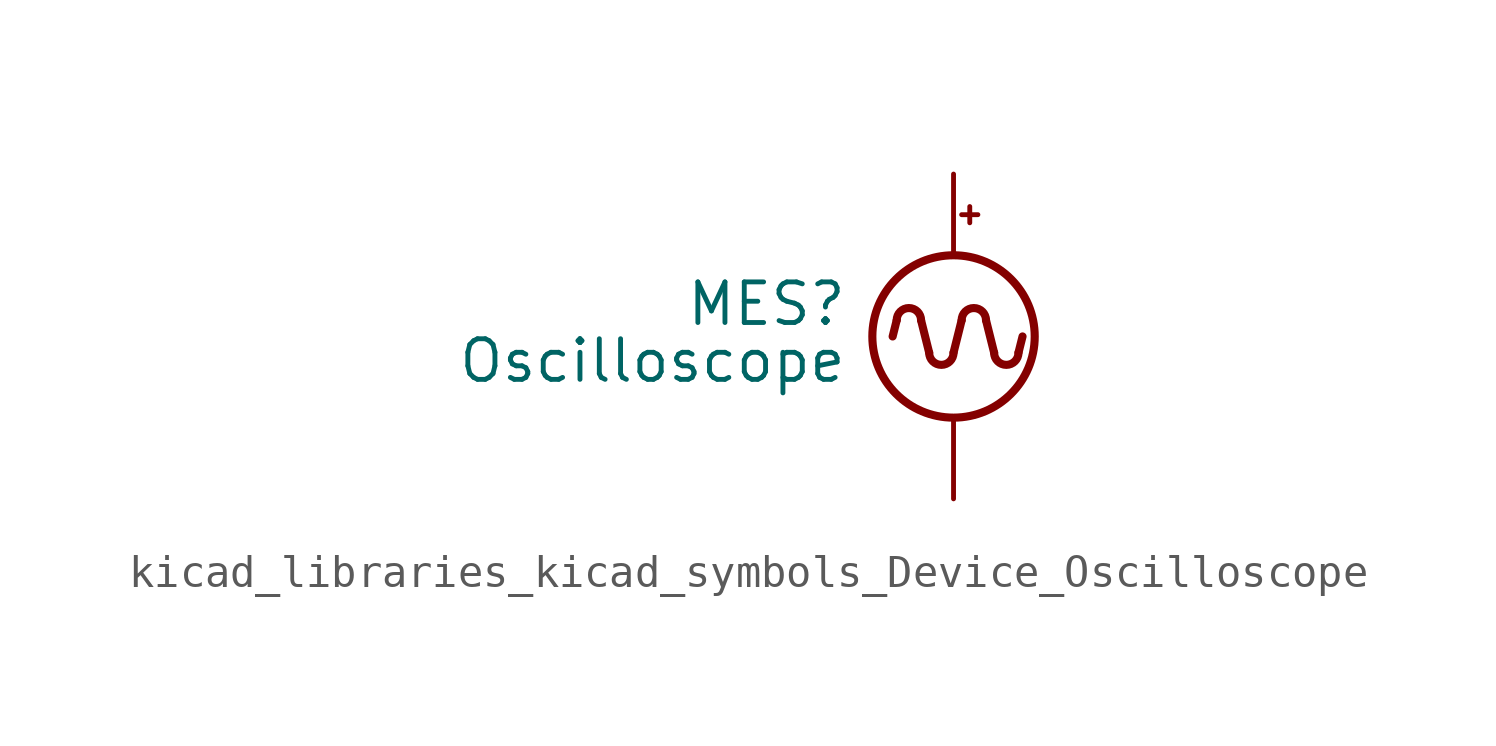
<source format=kicad_sym>
(kicad_symbol_lib
  (version 20220914)
  (generator kicad_symbol_editor)
  (symbol "kicad_libraries_kicad_symbols_Device_Oscilloscope"
    (pin_numbers hide)
    (pin_names
      (offset 0.025) hide)
    (property "Reference" "MES"
      (at -3.302 1.016 0)
      (effects (font (size 1.27 1.27)) (justify right)))
    (property "Value" "Oscilloscope"
      (at -3.302 -0.762 0)
      (effects (font (size 1.27 1.27)) (justify right)))
    (symbol "kicad_libraries_kicad_symbols_Device_Oscilloscope_0_0"
      (arc (start -1.016 0.508) (mid -1.397 0.8874) (end -1.778 0.508) (stroke (width 0.254) (type default)) (fill (type none)))
      (arc (start -0.762 -0.508) (mid -0.381 -0.8874) (end 0 -0.508) (stroke (width 0.254) (type default)) (fill (type none)))
      (polyline (pts (xy -1.778 0.508) (xy -1.905 0)) (stroke (width 0.254) (type default)) (fill (type none)))
      (polyline (pts (xy -1.016 0.508) (xy -0.762 -0.508)) (stroke (width 0.254) (type default)) (fill (type none)))
      (polyline (pts (xy 0 -0.508) (xy 0.254 0.508)) (stroke (width 0.254) (type default)) (fill (type none)))
      (polyline (pts (xy 1.016 0.508) (xy 1.27 -0.508)) (stroke (width 0.254) (type default)) (fill (type none)))
      (polyline (pts (xy 2.032 -0.508) (xy 2.159 0)) (stroke (width 0.254) (type default)) (fill (type none)))
      (arc (start 1.016 0.508) (mid 0.635 0.8874) (end 0.254 0.508) (stroke (width 0.254) (type default)) (fill (type none)))
      (arc (start 1.27 -0.508) (mid 1.651 -0.8874) (end 2.032 -0.508) (stroke (width 0.254) (type default)) (fill (type none))))
    (symbol "kicad_libraries_kicad_symbols_Device_Oscilloscope_0_1"
      (polyline (pts (xy 0.254 3.81) (xy 0.762 3.81)) (stroke (width 0) (type default)) (fill (type none)))
      (polyline (pts (xy 0.508 4.064) (xy 0.508 3.556)) (stroke (width 0) (type default)) (fill (type none)))
      (circle (center 0 0) (radius 2.54) (stroke (width 0.254) (type default)) (fill (type none))))
    (symbol "kicad_libraries_kicad_symbols_Device_Oscilloscope_1_1"
      (pin passive line (at 0 -5.08 90) (length 2.54) (name "-" (effects (font (size 1.27 1.27)))) (number "1" (effects (font (size 1.27 1.27)))))
      (pin passive line (at 0 5.08 270) (length 2.54) (name "+" (effects (font (size 1.27 1.27)))) (number "2" (effects (font (size 1.27 1.27))))))))
</source>
